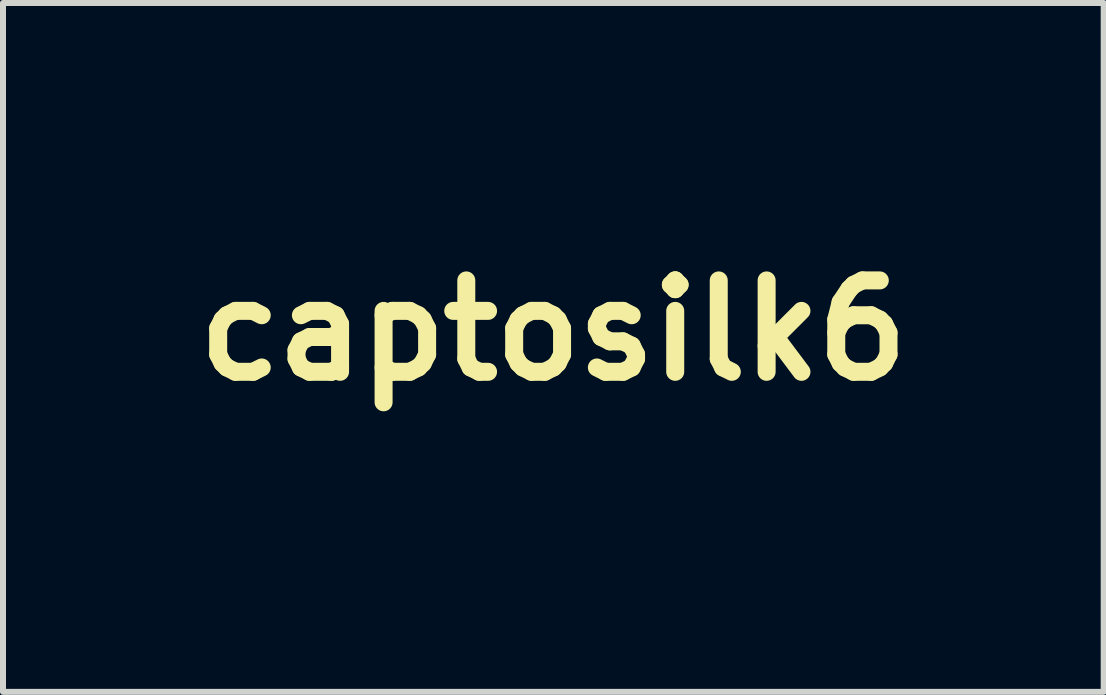
<source format=kicad_pcb>
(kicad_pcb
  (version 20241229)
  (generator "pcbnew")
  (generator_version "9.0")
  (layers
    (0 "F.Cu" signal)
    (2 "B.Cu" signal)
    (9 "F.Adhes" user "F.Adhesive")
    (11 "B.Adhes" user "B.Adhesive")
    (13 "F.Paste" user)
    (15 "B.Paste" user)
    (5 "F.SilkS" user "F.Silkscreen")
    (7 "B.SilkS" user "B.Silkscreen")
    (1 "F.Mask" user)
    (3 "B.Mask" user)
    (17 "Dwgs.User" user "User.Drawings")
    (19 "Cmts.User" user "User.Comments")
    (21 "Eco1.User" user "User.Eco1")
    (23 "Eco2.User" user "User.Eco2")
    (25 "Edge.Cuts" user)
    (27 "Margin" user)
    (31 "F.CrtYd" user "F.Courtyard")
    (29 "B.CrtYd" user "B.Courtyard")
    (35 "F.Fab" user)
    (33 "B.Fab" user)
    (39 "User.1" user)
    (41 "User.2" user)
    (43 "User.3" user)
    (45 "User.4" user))
  (footprint "captosilk6"
    (layer "F.Cu")
    (at 6.176 2.46)
    (property "Reference" "captosilk6" (at 0 0 0) (layer "F.SilkS") (effects (font (size 1.524 1.524) (thickness 0.3))))
    (attr through_hole)
    (fp_poly (pts (xy -3.104 2.836) (xy -3.119 2.85) (xy -3.133 2.836) (xy -3.119 2.822) (xy -3.104 2.836)) (stroke (width 0.01) (type solid)) (fill no) (layer "Eco2.User"))
    (fp_poly (pts (xy -2.498 0.79) (xy -2.681 0.79) (xy -2.681 0.141) (xy -2.498 0.141) (xy -2.498 0.79)) (stroke (width 0.01) (type solid)) (fill no) (layer "Eco2.User"))
    (fp_poly (pts (xy -2.427 -1.764) (xy -2.441 -1.75) (xy -2.455 -1.764) (xy -2.441 -1.778) (xy -2.427 -1.764)) (stroke (width 0.01) (type solid)) (fill no) (layer "Eco2.User"))
    (fp_poly (pts (xy -2.314 0.409) (xy -2.328 0.423) (xy -2.342 0.409) (xy -2.328 0.395) (xy -2.314 0.409)) (stroke (width 0.01) (type solid)) (fill no) (layer "Eco2.User"))
    (fp_poly (pts (xy -2.314 0.494) (xy -2.328 0.508) (xy -2.342 0.494) (xy -2.328 0.48) (xy -2.314 0.494)) (stroke (width 0.01) (type solid)) (fill no) (layer "Eco2.User"))
    (fp_poly (pts (xy -2.286 2.836) (xy -2.3 2.85) (xy -2.314 2.836) (xy -2.3 2.822) (xy -2.286 2.836)) (stroke (width 0.01) (type solid)) (fill no) (layer "Eco2.User"))
    (fp_poly (pts (xy -1.976 -2.258) (xy -2.992 -2.258) (xy -2.992 -2.455) (xy -1.976 -2.455) (xy -1.976 -2.258)) (stroke (width 0.01) (type solid)) (fill no) (layer "Eco2.User"))
    (fp_poly (pts (xy -1.976 -1.947) (xy -2.992 -1.947) (xy -2.992 -2.201) (xy -1.976 -2.201) (xy -1.976 -1.947)) (stroke (width 0.01) (type solid)) (fill no) (layer "Eco2.User"))
    (fp_poly (pts (xy -1.75 0.381) (xy -1.764 0.395) (xy -1.778 0.381) (xy -1.764 0.367) (xy -1.75 0.381)) (stroke (width 0.01) (type solid)) (fill no) (layer "Eco2.User"))
    (fp_poly (pts (xy -1.383 -1.058) (xy -1.397 -1.044) (xy -1.411 -1.058) (xy -1.397 -1.072) (xy -1.383 -1.058)) (stroke (width 0.01) (type solid)) (fill no) (layer "Eco2.User"))
    (fp_poly (pts (xy -1.383 0.056) (xy -1.566 0.056) (xy -1.566 -0.593) (xy -1.383 -0.593) (xy -1.383 0.056)) (stroke (width 0.01) (type solid)) (fill no) (layer "Eco2.User"))
    (fp_poly (pts (xy -1.383 0.734) (xy -2.032 0.734) (xy -2.032 0.55) (xy -1.383 0.55) (xy -1.383 0.734)) (stroke (width 0.01) (type solid)) (fill no) (layer "Eco2.User"))
    (fp_poly (pts (xy -1.101 -1.058) (xy -1.115 -1.044) (xy -1.129 -1.058) (xy -1.115 -1.072) (xy -1.101 -1.058)) (stroke (width 0.01) (type solid)) (fill no) (layer "Eco2.User"))
    (fp_poly (pts (xy -1.044 -1.228) (xy -1.058 -1.214) (xy -1.072 -1.228) (xy -1.058 -1.242) (xy -1.044 -1.228)) (stroke (width 0.01) (type solid)) (fill no) (layer "Eco2.User"))
    (fp_poly (pts (xy -0.903 -1.058) (xy -0.917 -1.044) (xy -0.931 -1.058) (xy -0.917 -1.072) (xy -0.903 -1.058)) (stroke (width 0.01) (type solid)) (fill no) (layer "Eco2.User"))
    (fp_poly (pts (xy -0.649 -1.171) (xy -0.663 -1.157) (xy -0.677 -1.171) (xy -0.663 -1.185) (xy -0.649 -1.171)) (stroke (width 0.01) (type solid)) (fill no) (layer "Eco2.User"))
    (fp_poly (pts (xy -0.508 2.836) (xy -0.522 2.85) (xy -0.536 2.836) (xy -0.522 2.822) (xy -0.508 2.836)) (stroke (width 0.01) (type solid)) (fill no) (layer "Eco2.User"))
    (fp_poly (pts (xy -0.282 -1.058) (xy -0.296 -1.044) (xy -0.31 -1.058) (xy -0.296 -1.072) (xy -0.282 -1.058)) (stroke (width 0.01) (type solid)) (fill no) (layer "Eco2.User"))
    (fp_poly (pts (xy -0.085 1.947) (xy -0.339 1.947) (xy -0.339 1.185) (xy -0.085 1.185) (xy -0.085 1.947)) (stroke (width 0.01) (type solid)) (fill no) (layer "Eco2.User"))
    (fp_poly (pts (xy 0.536 -1.623) (xy 0.522 -1.609) (xy 0.508 -1.623) (xy 0.522 -1.637) (xy 0.536 -1.623)) (stroke (width 0.01) (type solid)) (fill no) (layer "Eco2.User"))
    (fp_poly (pts (xy 0.621 -0.776) (xy 0.607 -0.762) (xy 0.593 -0.776) (xy 0.607 -0.79) (xy 0.621 -0.776)) (stroke (width 0.01) (type solid)) (fill no) (layer "Eco2.User"))
    (fp_poly (pts (xy 0.847 -0.776) (xy 0.833 -0.762) (xy 0.818 -0.776) (xy 0.833 -0.79) (xy 0.847 -0.776)) (stroke (width 0.01) (type solid)) (fill no) (layer "Eco2.User"))
    (fp_poly (pts (xy 0.903 -0.776) (xy 0.889 -0.762) (xy 0.875 -0.776) (xy 0.889 -0.79) (xy 0.903 -0.776)) (stroke (width 0.01) (type solid)) (fill no) (layer "Eco2.User"))
    (fp_poly (pts (xy 0.96 -0.776) (xy 0.945 -0.762) (xy 0.931 -0.776) (xy 0.945 -0.79) (xy 0.96 -0.776)) (stroke (width 0.01) (type solid)) (fill no) (layer "Eco2.User"))
    (fp_poly (pts (xy 1.016 -0.776) (xy 1.002 -0.762) (xy 0.988 -0.776) (xy 1.002 -0.79) (xy 1.016 -0.776)) (stroke (width 0.01) (type solid)) (fill no) (layer "Eco2.User"))
    (fp_poly (pts (xy 1.411 2.949) (xy 1.397 2.963) (xy 1.383 2.949) (xy 1.397 2.935) (xy 1.411 2.949)) (stroke (width 0.01) (type solid)) (fill no) (layer "Eco2.User"))
    (fp_poly (pts (xy 2.004 2.695) (xy 1.99 2.709) (xy 1.976 2.695) (xy 1.99 2.681) (xy 2.004 2.695)) (stroke (width 0.01) (type solid)) (fill no) (layer "Eco2.User"))
    (fp_poly (pts (xy 2.596 -2.258) (xy 1.58 -2.258) (xy 1.58 -2.455) (xy 2.596 -2.455) (xy 2.596 -2.258)) (stroke (width 0.01) (type solid)) (fill no) (layer "Eco2.User"))
    (fp_poly (pts (xy 2.596 -1.947) (xy 1.58 -1.947) (xy 1.58 -2.201) (xy 2.596 -2.201) (xy 2.596 -1.947)) (stroke (width 0.01) (type solid)) (fill no) (layer "Eco2.User"))
    (fp_poly (pts (xy 2.963 -0.96) (xy 2.54 -0.96) (xy 2.54 -1.806) (xy 2.963 -1.806) (xy 2.963 -0.96)) (stroke (width 0.01) (type solid)) (fill no) (layer "Eco2.User"))
    (fp_poly (pts (xy -2.578 0.066) (xy -2.574 0.099) (xy -2.578 0.103) (xy -2.594 0.1) (xy -2.596 0.085) (xy -2.586 0.061) (xy -2.578 0.066)) (stroke (width 0.01) (type solid)) (fill no) (layer "Eco2.User"))
    (fp_poly (pts (xy -2.578 0.828) (xy -2.574 0.861) (xy -2.578 0.865) (xy -2.594 0.862) (xy -2.596 0.847) (xy -2.586 0.823) (xy -2.578 0.828)) (stroke (width 0.01) (type solid)) (fill no) (layer "Eco2.User"))
    (fp_poly (pts (xy -2.07 0.63) (xy -2.074 0.647) (xy -2.088 0.649) (xy -2.112 0.639) (xy -2.107 0.63) (xy -2.074 0.627) (xy -2.07 0.63)) (stroke (width 0.01) (type solid)) (fill no) (layer "Eco2.User"))
    (fp_poly (pts (xy -1.731 -0.301) (xy -1.735 -0.284) (xy -1.75 -0.282) (xy -1.773 -0.293) (xy -1.769 -0.301) (xy -1.735 -0.304) (xy -1.731 -0.301)) (stroke (width 0.01) (type solid)) (fill no) (layer "Eco2.User"))
    (fp_poly (pts (xy -1.731 -0.216) (xy -1.735 -0.2) (xy -1.75 -0.198) (xy -1.773 -0.208) (xy -1.769 -0.216) (xy -1.735 -0.22) (xy -1.731 -0.216)) (stroke (width 0.01) (type solid)) (fill no) (layer "Eco2.User"))
    (fp_poly (pts (xy -1.675 0.348) (xy -1.671 0.382) (xy -1.675 0.386) (xy -1.691 0.382) (xy -1.693 0.367) (xy -1.683 0.344) (xy -1.675 0.348)) (stroke (width 0.01) (type solid)) (fill no) (layer "Eco2.User"))
    (fp_poly (pts (xy -1.477 -0.668) (xy -1.474 -0.634) (xy -1.477 -0.63) (xy -1.494 -0.634) (xy -1.496 -0.649) (xy -1.485 -0.672) (xy -1.477 -0.668)) (stroke (width 0.01) (type solid)) (fill no) (layer "Eco2.User"))
    (fp_poly (pts (xy -1.477 0.094) (xy -1.474 0.128) (xy -1.477 0.132) (xy -1.494 0.128) (xy -1.496 0.113) (xy -1.485 0.09) (xy -1.477 0.094)) (stroke (width 0.01) (type solid)) (fill no) (layer "Eco2.User"))
    (fp_poly (pts (xy -1.308 0.63) (xy -1.312 0.647) (xy -1.326 0.649) (xy -1.35 0.639) (xy -1.345 0.63) (xy -1.312 0.627) (xy -1.308 0.63)) (stroke (width 0.01) (type solid)) (fill no) (layer "Eco2.User"))
    (fp_poly (pts (xy -1.665 0.779) (xy -1.662 0.783) (xy -1.639 0.82) (xy -1.642 0.833) (xy -1.663 0.825) (xy -1.677 0.798) (xy -1.686 0.766) (xy -1.665 0.779)) (stroke (width 0.01) (type solid)) (fill no) (layer "Eco2.User"))
    (fp_poly (pts (xy -1.303 -0.355) (xy -1.273 -0.329) (xy -1.27 -0.323) (xy -1.283 -0.311) (xy -1.311 -0.337) (xy -1.315 -0.343) (xy -1.318 -0.362) (xy -1.303 -0.355)) (stroke (width 0.01) (type solid)) (fill no) (layer "Eco2.User"))
    (fp_poly (pts (xy -1.283 -1.166) (xy -1.287 -1.144) (xy -1.31 -1.105) (xy -1.325 -1.111) (xy -1.326 -1.127) (xy -1.306 -1.165) (xy -1.299 -1.171) (xy -1.283 -1.166)) (stroke (width 0.01) (type solid)) (fill no) (layer "Eco2.User"))
    (fp_poly (pts (xy 1.193 -1.729) (xy 1.199 -1.722) (xy 1.209 -1.696) (xy 1.183 -1.706) (xy 1.157 -1.722) (xy 1.135 -1.744) (xy 1.148 -1.749) (xy 1.193 -1.729)) (stroke (width 0.01) (type solid)) (fill no) (layer "Eco2.User"))
    (fp_poly (pts (xy 0.056 1.651) (xy 0.083 1.676) (xy 0.085 1.681) (xy 0.063 1.693) (xy 0.056 1.693) (xy 0.029 1.672) (xy 0.028 1.663) (xy 0.046 1.647) (xy 0.056 1.651)) (stroke (width 0.01) (type solid)) (fill no) (layer "Eco2.User"))
    (fp_poly (pts (xy 0.378 -2.216) (xy 0.381 -2.201) (xy 0.359 -2.159) (xy 0.346 -2.152) (xy 0.317 -2.165) (xy 0.31 -2.201) (xy 0.323 -2.246) (xy 0.346 -2.251) (xy 0.378 -2.216)) (stroke (width 0.01) (type solid)) (fill no) (layer "Eco2.User"))
    (fp_poly (pts (xy 0.402 -2.027) (xy 0.409 -2.004) (xy 0.386 -1.964) (xy 0.36 -1.953) (xy 0.32 -1.963) (xy 0.31 -2.004) (xy 0.325 -2.05) (xy 0.36 -2.055) (xy 0.402 -2.027)) (stroke (width 0.01) (type solid)) (fill no) (layer "Eco2.User"))
    (fp_poly (pts (xy 1.157 -1.651) (xy 1.184 -1.615) (xy 1.185 -1.607) (xy 1.164 -1.581) (xy 1.157 -1.58) (xy 1.132 -1.603) (xy 1.129 -1.624) (xy 1.143 -1.654) (xy 1.157 -1.651)) (stroke (width 0.01) (type solid)) (fill no) (layer "Eco2.User"))
    (fp_poly (pts (xy 1.543 2.925) (xy 1.538 2.935) (xy 1.512 2.962) (xy 1.507 2.963) (xy 1.505 2.945) (xy 1.51 2.935) (xy 1.536 2.908) (xy 1.541 2.907) (xy 1.543 2.925)) (stroke (width 0.01) (type solid)) (fill no) (layer "Eco2.User"))
    (fp_poly (pts (xy 2.163 -1.789) (xy 2.159 -1.778) (xy 2.134 -1.751) (xy 2.129 -1.75) (xy 2.117 -1.772) (xy 2.117 -1.778) (xy 2.138 -1.805) (xy 2.147 -1.806) (xy 2.163 -1.789)) (stroke (width 0.01) (type solid)) (fill no) (layer "Eco2.User"))
    (fp_poly (pts (xy 1.258 -1.64) (xy 1.261 -1.628) (xy 1.256 -1.567) (xy 1.22 -1.515) (xy 1.175 -1.497) (xy 1.169 -1.508) (xy 1.192 -1.526) (xy 1.234 -1.576) (xy 1.245 -1.617) (xy 1.25 -1.656) (xy 1.258 -1.64)) (stroke (width 0.01) (type solid)) (fill no) (layer "Eco2.User"))
    (fp_poly (pts (xy -1.003 -2.135) (xy -0.963 -2.094) (xy -0.954 -2.032) (xy -0.977 -1.98) (xy -1.019 -1.931) (xy -1.059 -1.926) (xy -1.108 -1.95) (xy -1.151 -2.002) (xy -1.15 -2.069) (xy -1.123 -2.111) (xy -1.061 -2.145) (xy -1.003 -2.135)) (stroke (width 0.01) (type solid)) (fill no) (layer "Eco2.User"))
    (fp_poly (pts (xy 0.025 -2.125) (xy 0.073 -2.069) (xy 0.069 -2.003) (xy 0.042 -1.965) (xy -0.01 -1.925) (xy -0.052 -1.93) (xy -0.079 -1.953) (xy -0.113 -2.014) (xy -0.109 -2.076) (xy -0.076 -2.124) (xy -0.023 -2.141) (xy 0.025 -2.125)) (stroke (width 0.01) (type solid)) (fill no) (layer "Eco2.User"))
    (fp_poly (pts (xy 0.758 -1.701) (xy 0.762 -1.648) (xy 0.762 -1.615) (xy 0.758 -1.53) (xy 0.745 -1.5) (xy 0.722 -1.524) (xy 0.7 -1.567) (xy 0.682 -1.628) (xy 0.703 -1.673) (xy 0.715 -1.686) (xy 0.744 -1.711) (xy 0.758 -1.701)) (stroke (width 0.01) (type solid)) (fill no) (layer "Eco2.User"))
    (fp_poly (pts (xy 0.871 -1.71) (xy 0.923 -1.638) (xy 0.922 -1.568) (xy 0.884 -1.52) (xy 0.853 -1.499) (xy 0.847 -1.517) (xy 0.857 -1.56) (xy 0.86 -1.645) (xy 0.843 -1.701) (xy 0.822 -1.744) (xy 0.831 -1.744) (xy 0.871 -1.71)) (stroke (width 0.01) (type solid)) (fill no) (layer "Eco2.User"))
    (fp_poly (pts (xy -0.573 -2.132) (xy -0.527 -2.089) (xy -0.511 -2.031) (xy -0.531 -1.974) (xy -0.563 -1.948) (xy -0.616 -1.923) (xy -0.647 -1.929) (xy -0.676 -1.96) (xy -0.701 -2.021) (xy -0.694 -2.087) (xy -0.659 -2.133) (xy -0.641 -2.14) (xy -0.573 -2.132)) (stroke (width 0.01) (type solid)) (fill no) (layer "Eco2.User"))
    (fp_poly (pts (xy 0.754 -2.132) (xy 0.799 -2.089) (xy 0.816 -2.031) (xy 0.795 -1.974) (xy 0.764 -1.948) (xy 0.71 -1.923) (xy 0.679 -1.929) (xy 0.65 -1.96) (xy 0.626 -2.021) (xy 0.633 -2.087) (xy 0.667 -2.133) (xy 0.686 -2.14) (xy 0.754 -2.132)) (stroke (width 0.01) (type solid)) (fill no) (layer "Eco2.User"))
    (fp_poly (pts (xy -1.754 2.713) (xy -1.614 2.717) (xy -1.569 2.72) (xy -1.575 2.722) (xy -1.629 2.724) (xy -1.728 2.726) (xy -1.849 2.726) (xy -1.981 2.726) (xy -2.072 2.724) (xy -2.118 2.722) (xy -2.115 2.719) (xy -2.066 2.717) (xy -1.917 2.713) (xy -1.754 2.713)) (stroke (width 0.01) (type solid)) (fill no) (layer "Eco2.User"))
    (fp_poly (pts (xy 0.8 2.798) (xy 0.924 2.801) (xy 0.972 2.804) (xy 0.967 2.807) (xy 0.913 2.809) (xy 0.816 2.811) (xy 0.706 2.811) (xy 0.575 2.81) (xy 0.485 2.809) (xy 0.44 2.807) (xy 0.444 2.804) (xy 0.487 2.801) (xy 0.635 2.798) (xy 0.8 2.798)) (stroke (width 0.01) (type solid)) (fill no) (layer "Eco2.User"))
    (fp_poly (pts (xy 1.08 -1.695) (xy 1.079 -1.695) (xy 1.046 -1.628) (xy 1.069 -1.563) (xy 1.089 -1.54) (xy 1.111 -1.506) (xy 1.102 -1.496) (xy 1.069 -1.519) (xy 1.039 -1.567) (xy 1.021 -1.627) (xy 1.042 -1.67) (xy 1.06 -1.687) (xy 1.088 -1.709) (xy 1.08 -1.695)) (stroke (width 0.01) (type solid)) (fill no) (layer "Eco2.User"))
    (fp_poly (pts (xy 2.545 2.798) (xy 2.688 2.801) (xy 2.738 2.804) (xy 2.735 2.807) (xy 2.684 2.809) (xy 2.588 2.81) (xy 2.455 2.811) (xy 2.32 2.81) (xy 2.225 2.809) (xy 2.175 2.807) (xy 2.173 2.804) (xy 2.223 2.801) (xy 2.375 2.798) (xy 2.545 2.798)) (stroke (width 0.01) (type solid)) (fill no) (layer "Eco2.User"))
    (fp_poly (pts (xy -0.847 -1.191) (xy -0.823 -1.164) (xy -0.783 -1.151) (xy -0.741 -1.143) (xy -0.751 -1.136) (xy -0.79 -1.128) (xy -0.865 -1.122) (xy -0.958 -1.127) (xy -0.974 -1.129) (xy -1.04 -1.14) (xy -1.054 -1.153) (xy -1.035 -1.164) (xy -0.979 -1.175) (xy -0.956 -1.169) (xy -0.914 -1.171) (xy -0.888 -1.186) (xy -0.853 -1.203) (xy -0.847 -1.191)) (stroke (width 0.01) (type solid)) (fill no) (layer "Eco2.User"))
    (fp_poly (pts (xy 0.501 -1.736) (xy 0.537 -1.707) (xy 0.586 -1.636) (xy 0.583 -1.565) (xy 0.559 -1.53) (xy 0.505 -1.502) (xy 0.438 -1.498) (xy 0.387 -1.516) (xy 0.381 -1.524) (xy 0.393 -1.543) (xy 0.451 -1.552) (xy 0.466 -1.552) (xy 0.534 -1.557) (xy 0.559 -1.577) (xy 0.559 -1.613) (xy 0.529 -1.664) (xy 0.472 -1.685) (xy 0.411 -1.674) (xy 0.368 -1.63) (xy 0.367 -1.628) (xy 0.348 -1.591) (xy 0.341 -1.605) (xy 0.34 -1.615) (xy 0.361 -1.664) (xy 0.41 -1.711) (xy 0.464 -1.74) (xy 0.501 -1.736)) (stroke (width 0.01) (type solid)) (fill no) (layer "Eco2.User"))
    (fp_poly (pts (xy 0.25 2.992) (xy 0.627 2.992) (xy 0.997 2.992) (xy 1.356 2.993) (xy 1.699 2.993) (xy 2.023 2.994) (xy 2.324 2.995) (xy 2.597 2.996) (xy 2.837 2.998) (xy 3.041 2.999) (xy 3.204 3.001) (xy 3.323 3.002) (xy 3.393 3.004) (xy 3.41 3.006) (xy 3.384 3.008) (xy 3.306 3.009) (xy 3.177 3.011) (xy 3.002 3.012) (xy 2.785 3.014) (xy 2.528 3.015) (xy 2.235 3.016) (xy 1.91 3.017) (xy 1.556 3.018) (xy 1.176 3.019) (xy 0.774 3.019) (xy 0.353 3.02) (xy 0.014 3.02) (xy -0.419 3.02) (xy -0.836 3.019) (xy -1.234 3.019) (xy -1.609 3.018) (xy -1.957 3.017) (xy -2.275 3.016) (xy -2.56 3.015) (xy -2.808 3.013) (xy -3.017 3.012) (xy -3.181 3.01) (xy -3.299 3.009) (xy -3.366 3.007) (xy -3.382 3.005) (xy -3.352 3.003) (xy -3.27 3.002) (xy -3.14 3) (xy -2.967 2.998) (xy -2.754 2.997) (xy -2.505 2.996) (xy -2.225 2.995) (xy -1.919 2.994) (xy -1.589 2.993) (xy -1.242 2.992) (xy -0.88 2.992) (xy -0.508 2.992) (xy -0.13 2.992) (xy 0.25 2.992)) (stroke (width 0.01) (type solid)) (fill no) (layer "Eco2.User"))
    (fp_poly (pts (xy -3.048 -1.891) (xy -1.919 -1.891) (xy -1.919 -2.074) (xy -1.75 -2.074) (xy -1.725 -1.991) (xy -1.663 -1.913) (xy -1.581 -1.855) (xy -1.502 -1.834) (xy -1.42 -1.852) (xy -1.344 -1.893) (xy -1.294 -1.94) (xy -1.27 -1.976) (xy -1.27 -1.978) (xy -1.292 -1.999) (xy -1.34 -2.002) (xy -1.385 -1.988) (xy -1.397 -1.976) (xy -1.439 -1.953) (xy -1.507 -1.949) (xy -1.574 -1.963) (xy -1.603 -1.981) (xy -1.62 -2.019) (xy -1.24 -2.019) (xy -1.214 -1.93) (xy -1.185 -1.891) (xy -1.144 -1.855) (xy -1.102 -1.839) (xy -1.041 -1.839) (xy -0.953 -1.853) (xy -0.847 -1.87) (xy -0.847 -2.222) (xy -0.993 -2.225) (xy -1.113 -2.217) (xy -1.187 -2.186) (xy -1.191 -2.182) (xy -1.232 -2.111) (xy -1.24 -2.019) (xy -1.62 -2.019) (xy -1.634 -2.047) (xy -1.629 -2.129) (xy -1.592 -2.203) (xy -1.58 -2.216) (xy -1.538 -2.246) (xy -1.492 -2.251) (xy -1.42 -2.233) (xy -1.411 -2.229) (xy -1.323 -2.207) (xy -1.283 -2.213) (xy -1.288 -2.23) (xy -0.818 -2.23) (xy -0.818 -1.973) (xy -0.817 -1.852) (xy -0.813 -1.777) (xy -0.803 -1.738) (xy -0.785 -1.726) (xy -0.769 -1.727) (xy -0.725 -1.759) (xy -0.711 -1.794) (xy -0.694 -1.835) (xy -0.646 -1.843) (xy -0.622 -1.841) (xy -0.534 -1.853) (xy -0.464 -1.909) (xy -0.427 -1.997) (xy -0.423 -2.037) (xy -0.44 -2.134) (xy -0.487 -2.187) (xy -0.423 -2.187) (xy -0.408 -2.15) (xy -0.395 -2.145) (xy -0.379 -2.12) (xy -0.369 -2.055) (xy -0.367 -2.004) (xy -0.362 -1.915) (xy -0.347 -1.872) (xy -0.325 -1.863) (xy -0.298 -1.878) (xy -0.285 -1.93) (xy -0.282 -2.004) (xy -0.278 -2.071) (xy -0.221 -2.071) (xy -0.209 -1.981) (xy -0.157 -1.904) (xy -0.069 -1.845) (xy 0.019 -1.844) (xy 0.104 -1.896) (xy 0.158 -1.978) (xy 0.168 -2.067) (xy 0.138 -2.148) (xy 0.075 -2.207) (xy -0.016 -2.23) (xy -0.119 -2.208) (xy -0.19 -2.15) (xy -0.221 -2.071) (xy -0.278 -2.071) (xy -0.277 -2.084) (xy -0.264 -2.135) (xy -0.254 -2.145) (xy -0.229 -2.168) (xy -0.226 -2.187) (xy -0.241 -2.225) (xy -0.254 -2.23) (xy -0.277 -2.253) (xy -0.282 -2.286) (xy -0.3 -2.332) (xy -0.325 -2.342) (xy 0.198 -2.342) (xy 0.198 -1.86) (xy 0.331 -1.868) (xy 0.419 -1.879) (xy 0.47 -1.905) (xy 0.5 -1.947) (xy 0.526 -1.988) (xy 0.536 -1.977) (xy 0.536 -1.97) (xy 0.561 -1.915) (xy 0.621 -1.866) (xy 0.695 -1.837) (xy 0.721 -1.834) (xy 0.784 -1.853) (xy 0.807 -1.869) (xy 0.914 -1.869) (xy 0.939 -1.863) (xy 0.954 -1.863) (xy 1.008 -1.883) (xy 1.028 -1.909) (xy 1.045 -1.94) (xy 1.072 -1.93) (xy 1.096 -1.909) (xy 1.15 -1.874) (xy 1.195 -1.862) (xy 1.214 -1.879) (xy 1.201 -1.913) (xy 1.169 -1.972) (xy 1.167 -1.975) (xy 1.138 -2.034) (xy 1.14 -2.076) (xy 1.167 -2.119) (xy 1.201 -2.175) (xy 1.214 -2.208) (xy 1.195 -2.229) (xy 1.153 -2.223) (xy 1.112 -2.193) (xy 1.102 -2.18) (xy 1.076 -2.146) (xy 1.052 -2.158) (xy 1.034 -2.18) (xy 0.982 -2.22) (xy 0.947 -2.23) (xy 0.917 -2.225) (xy 0.917 -2.203) (xy 0.945 -2.149) (xy 0.952 -2.138) (xy 0.985 -2.075) (xy 0.989 -2.031) (xy 0.964 -1.977) (xy 0.951 -1.954) (xy 0.918 -1.895) (xy 0.914 -1.869) (xy 0.807 -1.869) (xy 0.841 -1.892) (xy 0.893 -1.975) (xy 0.903 -2.038) (xy 0.881 -2.137) (xy 0.825 -2.203) (xy 0.746 -2.231) (xy 0.658 -2.219) (xy 0.573 -2.161) (xy 0.553 -2.138) (xy 0.508 -2.087) (xy 0.484 -2.081) (xy 0.476 -2.123) (xy 0.479 -2.206) (xy 0.46 -2.281) (xy 0.394 -2.327) (xy 0.284 -2.342) (xy 0.198 -2.342) (xy -0.325 -2.342) (xy -0.359 -2.319) (xy -0.367 -2.286) (xy -0.379 -2.24) (xy -0.395 -2.23) (xy -0.42 -2.207) (xy -0.423 -2.187) (xy -0.487 -2.187) (xy -0.494 -2.195) (xy -0.59 -2.225) (xy -0.668 -2.23) (xy -0.818 -2.23) (xy -1.288 -2.23) (xy -1.292 -2.246) (xy -1.324 -2.284) (xy -1.401 -2.327) (xy -1.505 -2.344) (xy -1.608 -2.329) (xy -1.622 -2.325) (xy -1.674 -2.281) (xy -1.719 -2.202) (xy -1.746 -2.112) (xy -1.75 -2.074) (xy -1.919 -2.074) (xy -1.919 -2.455) (xy 1.522 -2.455) (xy 1.53 -2.18) (xy 1.538 -1.905) (xy 2.653 -1.89) (xy 2.653 -1.963) (xy 2.681 -1.963) (xy 2.692 -1.917) (xy 2.737 -1.899) (xy 2.766 -1.897) (xy 2.83 -1.906) (xy 2.85 -1.939) (xy 2.85 -1.941) (xy 2.856 -1.967) (xy 2.878 -1.949) (xy 2.892 -1.932) (xy 2.922 -1.896) (xy 2.933 -1.908) (xy 2.934 -1.952) (xy 2.93 -1.998) (xy 2.907 -2.02) (xy 2.848 -2.027) (xy 2.808 -2.027) (xy 2.729 -2.024) (xy 2.692 -2.009) (xy 2.681 -1.976) (xy 2.681 -1.963) (xy 2.653 -1.963) (xy 2.653 -2.455) (xy 2.963 -2.455) (xy 2.963 -1.863) (xy 2.512 -1.863) (xy 2.512 -0.931) (xy 2.963 -0.931) (xy 2.963 0.566) (xy 2.963 0.901) (xy 2.963 1.183) (xy 2.961 1.417) (xy 2.96 1.608) (xy 2.957 1.761) (xy 2.954 1.879) (xy 2.949 1.967) (xy 2.943 2.03) (xy 2.936 2.071) (xy 2.928 2.096) (xy 2.921 2.107) (xy 2.888 2.128) (xy 2.879 2.119) (xy 2.852 2.111) (xy 2.775 2.104) (xy 2.655 2.098) (xy 2.5 2.094) (xy 2.315 2.09) (xy 2.107 2.088) (xy 1.884 2.086) (xy 1.651 2.086) (xy 1.417 2.086) (xy 1.187 2.088) (xy 0.969 2.091) (xy 0.768 2.095) (xy 0.593 2.099) (xy 0.449 2.105) (xy 0.344 2.111) (xy 0.284 2.119) (xy 0.273 2.124) (xy 0.26 2.145) (xy 0.256 2.124) (xy 0.229 2.109) (xy 0.158 2.097) (xy 0.056 2.09) (xy -0.065 2.086) (xy -0.193 2.086) (xy -0.315 2.09) (xy -0.418 2.098) (xy -0.49 2.11) (xy -0.518 2.124) (xy -0.53 2.145) (xy -0.534 2.124) (xy -0.546 2.115) (xy -0.583 2.108) (xy -0.649 2.102) (xy -0.748 2.097) (xy -0.885 2.094) (xy -1.062 2.091) (xy -1.284 2.09) (xy -1.555 2.089) (xy -1.85 2.088) (xy -2.2 2.089) (xy -2.495 2.091) (xy -2.736 2.094) (xy -2.922 2.098) (xy -3.052 2.103) (xy -3.127 2.11) (xy -3.147 2.117) (xy -3.136 2.14) (xy -3.138 2.141) (xy -3.168 2.132) (xy -3.234 2.115) (xy -3.267 2.107) (xy -3.387 2.078) (xy -3.387 1.976) (xy -0.368 1.976) (xy -0.056 1.976) (xy -0.056 1.595) (xy -0.02 1.595) (xy -0.02 1.673) (xy -0.008 1.71) (xy 0.025 1.721) (xy 0.044 1.722) (xy 0.099 1.708) (xy 0.113 1.665) (xy 0.098 1.618) (xy 0.078 1.606) (xy 0.057 1.601) (xy 0.078 1.59) (xy 0.105 1.554) (xy 0.113 1.506) (xy 0.103 1.458) (xy 0.083 1.455) (xy 0.064 1.493) (xy 0.068 1.513) (xy 0.067 1.547) (xy 0.056 1.552) (xy 0.031 1.529) (xy 0.028 1.51) (xy 0.016 1.472) (xy 0.006 1.468) (xy -0.008 1.493) (xy -0.018 1.557) (xy -0.02 1.595) (xy -0.056 1.595) (xy -0.056 1.126) (xy -0.205 1.134) (xy -0.353 1.143) (xy -0.368 1.976) (xy -3.387 1.976) (xy -3.387 1.128) (xy -3.386 0.887) (xy -3.385 0.601) (xy -3.384 0.501) (xy -2.847 0.501) (xy -2.84 0.556) (xy -2.808 0.59) (xy -2.792 0.593) (xy -2.747 0.575) (xy -2.738 0.55) (xy -2.757 0.512) (xy -2.773 0.506) (xy -2.794 0.5) (xy -2.773 0.489) (xy -2.739 0.458) (xy -2.744 0.424) (xy -2.781 0.412) (xy -2.79 0.414) (xy -2.83 0.446) (xy -2.847 0.501) (xy -3.384 0.501) (xy -3.384 0.389) (xy -2.72 0.389) (xy -2.72 0.459) (xy -2.717 0.606) (xy -2.712 0.706) (xy -2.704 0.768) (xy -2.691 0.801) (xy -2.672 0.813) (xy -2.67 0.813) (xy -2.631 0.842) (xy -2.625 0.863) (xy -2.602 0.898) (xy -2.582 0.903) (xy -2.545 0.881) (xy -2.54 0.861) (xy -2.517 0.823) (xy -2.498 0.818) (xy -2.48 0.81) (xy -2.468 0.779) (xy -2.46 0.718) (xy -2.457 0.635) (xy -2.145 0.635) (xy -2.122 0.672) (xy -2.103 0.677) (xy -2.068 0.701) (xy -2.06 0.734) (xy -2.055 0.766) (xy -2.032 0.78) (xy -1.975 0.78) (xy -1.905 0.772) (xy -1.816 0.763) (xy -1.77 0.766) (xy -1.753 0.786) (xy -1.75 0.828) (xy -1.75 0.831) (xy -1.742 0.885) (xy -1.707 0.9) (xy -1.672 0.898) (xy -1.609 0.875) (xy -1.585 0.823) (xy -1.573 0.78) (xy -1.54 0.767) (xy -1.477 0.775) (xy -1.409 0.783) (xy -1.376 0.767) (xy -1.363 0.735) (xy -1.335 0.689) (xy -1.309 0.677) (xy -1.274 0.655) (xy -1.27 0.635) (xy -1.293 0.598) (xy -1.312 0.593) (xy -1.35 0.57) (xy -1.355 0.55) (xy -1.363 0.532) (xy -1.394 0.52) (xy -1.455 0.513) (xy -1.556 0.509) (xy -1.704 0.508) (xy -1.707 0.508) (xy -1.857 0.509) (xy -1.958 0.513) (xy -2.02 0.52) (xy -2.052 0.532) (xy -2.06 0.55) (xy -2.06 0.55) (xy -2.083 0.588) (xy -2.103 0.593) (xy -2.14 0.615) (xy -2.145 0.635) (xy -2.457 0.635) (xy -2.456 0.617) (xy -2.455 0.469) (xy -2.455 0.466) (xy -2.456 0.358) (xy -2.395 0.358) (xy -2.395 0.402) (xy -2.389 0.485) (xy -2.374 0.525) (xy -2.341 0.539) (xy -2.332 0.54) (xy -2.292 0.544) (xy -2.305 0.55) (xy -2.336 0.556) (xy -2.382 0.575) (xy -2.377 0.598) (xy -2.324 0.612) (xy -2.32 0.613) (xy -2.289 0.609) (xy -2.272 0.584) (xy -2.265 0.525) (xy -2.263 0.443) (xy -2.264 0.367) (xy -1.891 0.367) (xy -1.885 0.398) (xy -1.858 0.415) (xy -1.797 0.422) (xy -1.722 0.423) (xy -1.627 0.421) (xy -1.576 0.412) (xy -1.555 0.392) (xy -1.552 0.367) (xy -1.561 0.332) (xy -1.595 0.315) (xy -1.67 0.31) (xy -1.679 0.31) (xy -1.761 0.315) (xy -1.8 0.333) (xy -1.809 0.36) (xy -1.813 0.395) (xy -1.822 0.375) (xy -1.826 0.36) (xy -1.851 0.316) (xy -1.879 0.321) (xy -1.891 0.367) (xy -2.264 0.367) (xy -2.264 0.347) (xy -2.271 0.295) (xy -2.29 0.273) (xy -2.326 0.268) (xy -2.33 0.268) (xy -2.371 0.273) (xy -2.39 0.298) (xy -2.395 0.358) (xy -2.456 0.358) (xy -2.456 0.316) (xy -2.46 0.215) (xy -2.467 0.153) (xy -2.479 0.122) (xy -2.497 0.113) (xy -2.498 0.113) (xy -2.535 0.09) (xy -2.54 0.071) (xy -2.563 0.033) (xy -2.582 0.028) (xy -2.62 0.051) (xy -2.625 0.071) (xy -2.648 0.106) (xy -2.674 0.113) (xy -2.695 0.118) (xy -2.709 0.139) (xy -2.717 0.185) (xy -2.72 0.265) (xy -2.72 0.389) (xy -3.384 0.389) (xy -3.383 0.284) (xy -3.38 -0.053) (xy -3.378 -0.304) (xy -1.806 -0.304) (xy -1.802 -0.22) (xy -1.787 -0.178) (xy -1.757 -0.166) (xy -1.722 -0.162) (xy -1.742 -0.154) (xy -1.757 -0.15) (xy -1.801 -0.125) (xy -1.796 -0.1) (xy -1.75 -0.092) (xy -1.718 -0.101) (xy -1.701 -0.131) (xy -1.694 -0.194) (xy -1.693 -0.268) (xy -1.693 -0.271) (xy -1.609 -0.271) (xy -1.609 -0.268) (xy -1.608 -0.119) (xy -1.604 -0.017) (xy -1.597 0.045) (xy -1.585 0.076) (xy -1.567 0.085) (xy -1.566 0.085) (xy -1.529 0.107) (xy -1.524 0.127) (xy -1.501 0.164) (xy -1.482 0.169) (xy -1.444 0.148) (xy -1.439 0.13) (xy -1.416 0.092) (xy -1.384 0.077) (xy -1.352 0.062) (xy -1.339 0.028) (xy -1.341 -0.039) (xy -1.345 -0.082) (xy -1.354 -0.166) (xy -1.349 -0.209) (xy -1.327 -0.224) (xy -1.294 -0.226) (xy -1.244 -0.237) (xy -1.223 -0.28) (xy -1.219 -0.31) (xy -1.221 -0.37) (xy -1.249 -0.393) (xy -1.286 -0.395) (xy -1.332 -0.399) (xy -1.349 -0.422) (xy -1.345 -0.479) (xy -1.341 -0.508) (xy -1.331 -0.58) (xy -1.341 -0.613) (xy -1.373 -0.621) (xy -1.38 -0.621) (xy -1.428 -0.638) (xy -1.439 -0.663) (xy -1.462 -0.701) (xy -1.482 -0.706) (xy -1.519 -0.683) (xy -1.524 -0.663) (xy -1.547 -0.626) (xy -1.566 -0.621) (xy -1.584 -0.613) (xy -1.596 -0.582) (xy -1.604 -0.52) (xy -1.608 -0.42) (xy -1.609 -0.271) (xy -1.693 -0.271) (xy -1.695 -0.363) (xy -1.704 -0.415) (xy -1.724 -0.436) (xy -1.75 -0.439) (xy -1.784 -0.432) (xy -1.801 -0.399) (xy -1.806 -0.327) (xy -1.806 -0.304) (xy -3.378 -0.304) (xy -3.377 -0.397) (xy -3.373 -0.735) (xy -3.372 -0.851) (xy 0.488 -0.851) (xy 0.491 -0.81) (xy 0.515 -0.754) (xy 0.537 -0.714) (xy 0.566 -0.692) (xy 0.618 -0.681) (xy 0.706 -0.678) (xy 0.755 -0.678) (xy 0.873 -0.681) (xy 0.94 -0.693) (xy 0.962 -0.713) (xy 0.967 -0.733) (xy 0.978 -0.713) (xy 1.008 -0.679) (xy 1.035 -0.693) (xy 1.044 -0.734) (xy 1.059 -0.776) (xy 1.079 -0.783) (xy 1.11 -0.799) (xy 1.115 -0.818) (xy 1.101 -0.843) (xy 1.053 -0.858) (xy 0.961 -0.865) (xy 0.938 -0.866) (xy 0.841 -0.867) (xy 0.788 -0.86) (xy 0.766 -0.842) (xy 0.762 -0.816) (xy 0.744 -0.773) (xy 0.699 -0.765) (xy 0.66 -0.77) (xy 0.676 -0.779) (xy 0.684 -0.781) (xy 0.732 -0.805) (xy 0.731 -0.832) (xy 0.688 -0.855) (xy 0.61 -0.867) (xy 0.607 -0.867) (xy 0.523 -0.867) (xy 0.488 -0.851) (xy -3.372 -0.851) (xy -3.369 -1.055) (xy -3.368 -1.138) (xy -3.366 -1.253) (xy -1.468 -1.253) (xy -1.462 -1.186) (xy -1.443 -1.164) (xy -1.425 -1.167) (xy -1.388 -1.173) (xy -1.391 -1.15) (xy -1.43 -1.115) (xy -1.461 -1.068) (xy -1.46 -1.037) (xy -1.448 -1.023) (xy -1.421 -1.012) (xy -1.371 -1.005) (xy -1.293 -1) (xy -1.178 -0.997) (xy -1.022 -0.997) (xy -0.816 -0.998) (xy -0.788 -0.998) (xy -0.579 -0.999) (xy -0.419 -1.001) (xy -0.302 -1.005) (xy -0.222 -1.01) (xy -0.17 -1.017) (xy -0.141 -1.027) (xy -0.128 -1.041) (xy -0.125 -1.053) (xy -0.13 -1.093) (xy -0.14 -1.101) (xy 0.536 -1.101) (xy 0.554 -1.054) (xy 0.58 -1.044) (xy 0.615 -1.026) (xy 0.619 -1.009) (xy 0.618 -0.933) (xy 0.644 -0.906) (xy 0.698 -0.927) (xy 0.737 -0.956) (xy 0.78 -1.001) (xy 0.778 -1.037) (xy 0.77 -1.049) (xy 0.753 -1.095) (xy 0.768 -1.136) (xy 0.802 -1.15) (xy 0.818 -1.143) (xy 0.839 -1.103) (xy 0.836 -1.063) (xy 0.842 -0.997) (xy 0.882 -0.937) (xy 0.938 -0.904) (xy 0.95 -0.903) (xy 0.98 -0.927) (xy 0.988 -0.964) (xy 1.009 -1.029) (xy 1.037 -1.062) (xy 1.071 -1.095) (xy 1.059 -1.121) (xy 1.035 -1.14) (xy 0.998 -1.193) (xy 0.993 -1.232) (xy 0.985 -1.273) (xy 0.934 -1.285) (xy 0.933 -1.285) (xy 0.877 -1.298) (xy 0.854 -1.32) (xy 0.82 -1.351) (xy 0.771 -1.346) (xy 0.742 -1.319) (xy 0.698 -1.29) (xy 0.663 -1.284) (xy 0.62 -1.269) (xy 0.614 -1.221) (xy 0.604 -1.168) (xy 0.578 -1.157) (xy 0.544 -1.134) (xy 0.536 -1.101) (xy -0.14 -1.101) (xy -0.166 -1.119) (xy -0.239 -1.134) (xy -0.359 -1.141) (xy -0.392 -1.141) (xy -0.576 -1.143) (xy -0.577 -1.228) (xy -0.588 -1.29) (xy -0.62 -1.309) (xy -0.628 -1.308) (xy -0.67 -1.317) (xy -0.677 -1.33) (xy -0.702 -1.347) (xy -0.761 -1.355) (xy -0.762 -1.355) (xy -0.821 -1.347) (xy -0.847 -1.329) (xy -0.847 -1.329) (xy -0.872 -1.312) (xy -0.933 -1.304) (xy -0.953 -1.304) (xy -1.049 -1.303) (xy -1.102 -1.296) (xy -1.124 -1.278) (xy -1.129 -1.245) (xy -1.129 -1.24) (xy -1.147 -1.173) (xy -1.167 -1.143) (xy -1.192 -1.126) (xy -1.202 -1.149) (xy -1.202 -1.208) (xy -1.204 -1.275) (xy -1.224 -1.303) (xy -1.279 -1.308) (xy -1.305 -1.307) (xy -1.373 -1.31) (xy -1.409 -1.324) (xy -1.411 -1.329) (xy -1.433 -1.354) (xy -1.439 -1.355) (xy -1.458 -1.33) (xy -1.467 -1.268) (xy -1.468 -1.253) (xy -3.366 -1.253) (xy -3.361 -1.623) (xy -2.653 -1.623) (xy -2.63 -1.585) (xy -2.611 -1.58) (xy -2.583 -1.564) (xy -2.57 -1.507) (xy -2.568 -1.453) (xy -2.574 -1.37) (xy -2.593 -1.332) (xy -2.611 -1.326) (xy -2.648 -1.311) (xy -2.653 -1.298) (xy -2.628 -1.281) (xy -2.564 -1.271) (xy -2.526 -1.27) (xy -2.45 -1.276) (xy -2.405 -1.29) (xy -2.399 -1.298) (xy -2.422 -1.323) (xy -2.441 -1.326) (xy -2.466 -1.339) (xy -2.479 -1.386) (xy -2.483 -1.475) (xy -2.484 -1.496) (xy -2.484 -1.544) (xy -0.644 -1.544) (xy -0.611 -1.524) (xy -0.609 -1.524) (xy -0.583 -1.509) (xy -0.58 -1.457) (xy -0.584 -1.425) (xy -0.6 -1.326) (xy -0.455 -1.326) (xy -0.374 -1.321) (xy -0.321 -1.309) (xy -0.31 -1.298) (xy -0.335 -1.278) (xy -0.394 -1.27) (xy -0.395 -1.27) (xy -0.462 -1.257) (xy -0.48 -1.228) (xy -0.457 -1.198) (xy -0.404 -1.185) (xy -0.345 -1.19) (xy -0.304 -1.214) (xy -0.3 -1.221) (xy -0.28 -1.236) (xy -0.254 -1.206) (xy -0.217 -1.164) (xy -0.179 -1.169) (xy -0.133 -1.214) (xy -0.091 -1.28) (xy -0.096 -1.334) (xy -0.125 -1.371) (xy -0.185 -1.407) (xy -0.24 -1.402) (xy -0.266 -1.376) (xy -0.284 -1.355) (xy -0.299 -1.376) (xy -0.336 -1.401) (xy -0.397 -1.411) (xy -0.46 -1.422) (xy -0.48 -1.449) (xy -0.452 -1.482) (xy -0.43 -1.521) (xy -0.423 -1.567) (xy -0.433 -1.591) (xy 0.289 -1.591) (xy 0.323 -1.508) (xy 0.384 -1.458) (xy 0.467 -1.438) (xy 0.548 -1.45) (xy 0.593 -1.482) (xy 0.626 -1.511) (xy 0.66 -1.497) (xy 0.677 -1.482) (xy 0.753 -1.446) (xy 0.846 -1.444) (xy 0.925 -1.477) (xy 0.932 -1.482) (xy 0.973 -1.511) (xy 1.003 -1.497) (xy 1.015 -1.482) (xy 1.076 -1.448) (xy 1.16 -1.442) (xy 1.242 -1.464) (xy 1.275 -1.486) (xy 1.316 -1.556) (xy 1.322 -1.624) (xy 1.976 -1.624) (xy 1.99 -1.593) (xy 2.041 -1.596) (xy 2.046 -1.597) (xy 2.111 -1.598) (xy 2.137 -1.566) (xy 2.123 -1.509) (xy 2.07 -1.435) (xy 2.064 -1.429) (xy 1.998 -1.353) (xy 1.98 -1.304) (xy 2.01 -1.279) (xy 2.09 -1.27) (xy 2.103 -1.27) (xy 2.178 -1.276) (xy 2.224 -1.29) (xy 2.23 -1.298) (xy 2.205 -1.319) (xy 2.156 -1.326) (xy 2.083 -1.326) (xy 2.158 -1.415) (xy 2.215 -1.509) (xy 2.224 -1.577) (xy 2.211 -1.625) (xy 2.177 -1.648) (xy 2.105 -1.659) (xy 2.095 -1.66) (xy 2.017 -1.661) (xy 1.982 -1.646) (xy 1.976 -1.624) (xy 1.322 -1.624) (xy 1.323 -1.643) (xy 1.294 -1.72) (xy 1.284 -1.732) (xy 1.281 -1.734) (xy 2.078 -1.734) (xy 2.119 -1.722) (xy 2.132 -1.722) (xy 2.185 -1.733) (xy 2.201 -1.78) (xy 2.201 -1.792) (xy 2.187 -1.847) (xy 2.153 -1.858) (xy 2.111 -1.828) (xy 2.08 -1.771) (xy 2.078 -1.734) (xy 1.281 -1.734) (xy 1.199 -1.788) (xy 1.11 -1.789) (xy 1.041 -1.752) (xy 0.988 -1.719) (xy 0.961 -1.714) (xy 0.96 -1.717) (xy 0.936 -1.744) (xy 0.879 -1.776) (xy 0.873 -1.779) (xy 0.809 -1.799) (xy 0.758 -1.788) (xy 0.704 -1.753) (xy 0.651 -1.72) (xy 0.622 -1.714) (xy 0.621 -1.717) (xy 0.598 -1.744) (xy 0.541 -1.776) (xy 0.534 -1.779) (xy 0.467 -1.799) (xy 0.415 -1.787) (xy 0.372 -1.758) (xy 0.303 -1.68) (xy 0.289 -1.591) (xy -0.433 -1.591) (xy -0.447 -1.625) (xy -0.503 -1.657) (xy -0.57 -1.657) (xy -0.607 -1.637) (xy -0.643 -1.588) (xy -0.644 -1.544) (xy -2.484 -1.544) (xy -2.484 -1.665) (xy -2.568 -1.665) (xy -2.635 -1.652) (xy -2.653 -1.623) (xy -3.361 -1.623) (xy -3.359 -1.738) (xy -2.524 -1.738) (xy -2.504 -1.723) (xy -2.459 -1.722) (xy -2.403 -1.728) (xy -2.387 -1.757) (xy -2.392 -1.79) (xy -2.415 -1.839) (xy -2.454 -1.836) (xy -2.503 -1.782) (xy -2.506 -1.777) (xy -2.524 -1.738) (xy -3.359 -1.738) (xy -3.349 -2.455) (xy -3.048 -2.455) (xy -3.048 -1.891)) (stroke (width 0.01) (type solid)) (fill no) (layer "Eco2.User")))
  (gr_rect
    (start -3 -3)
    (end 15.352 8.485)
    (stroke (width 0.1) (type default))
    (fill no)
    (layer "Edge.Cuts")))
</source>
